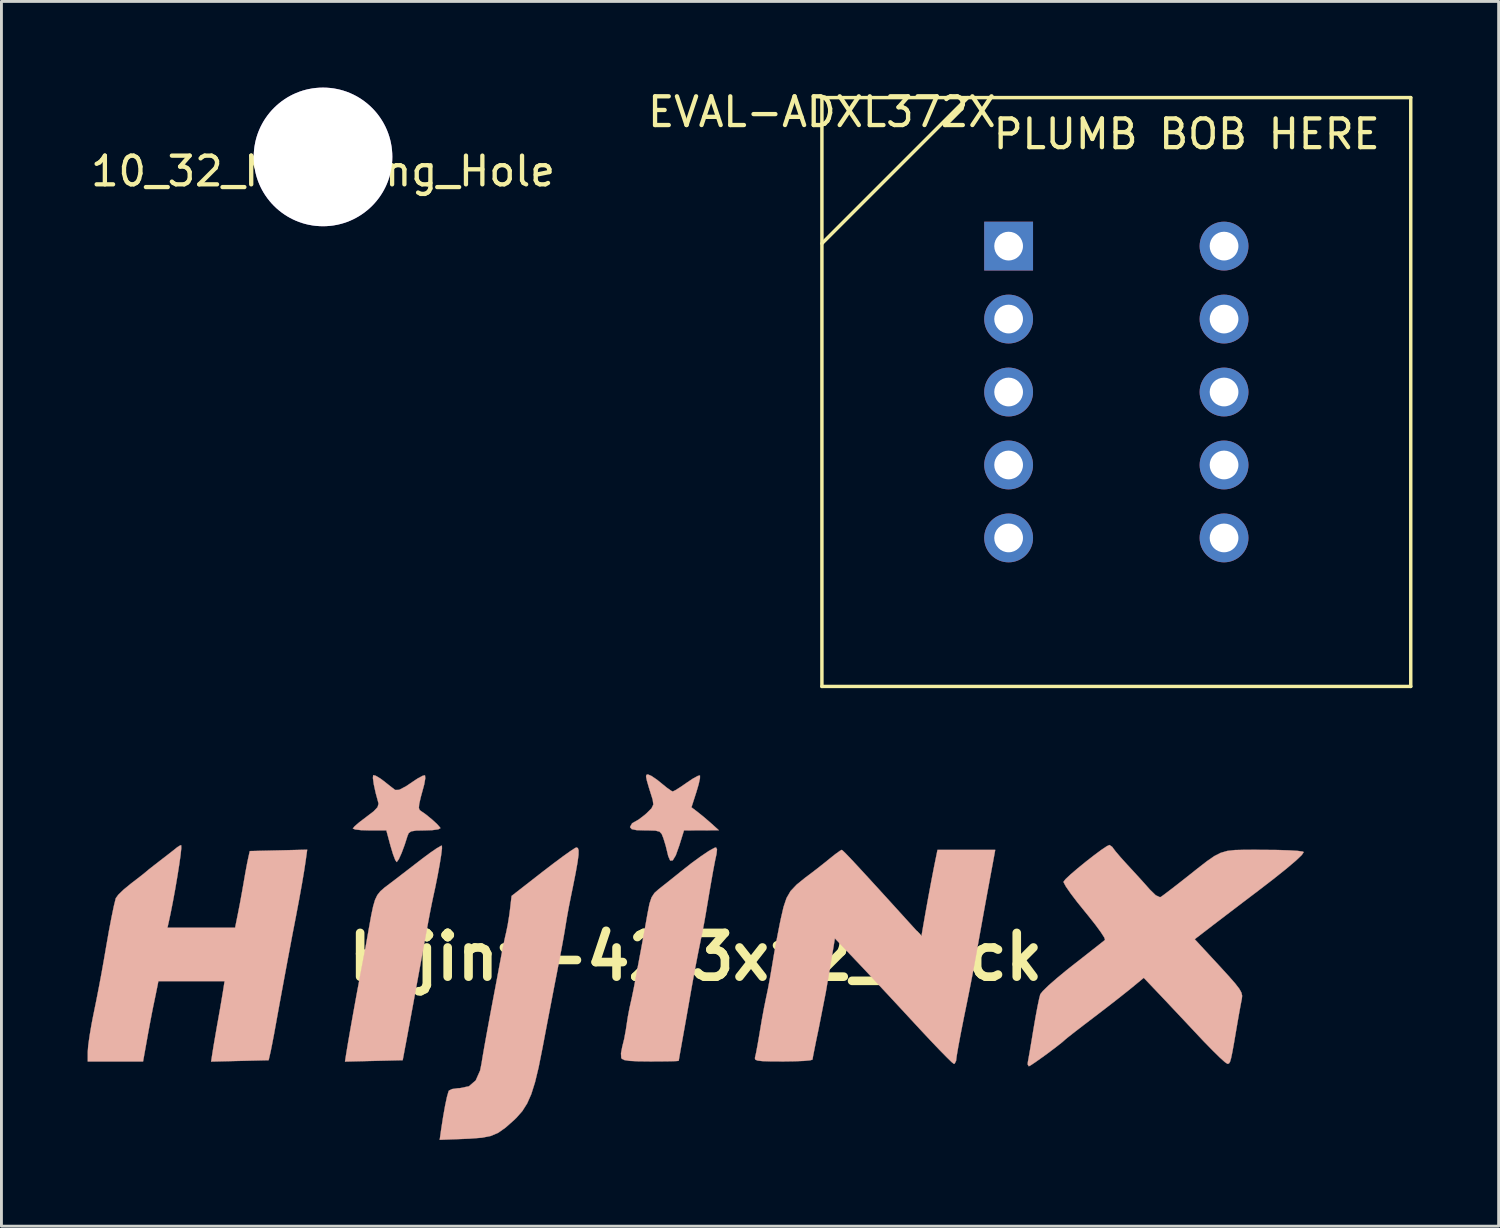
<source format=kicad_pcb>
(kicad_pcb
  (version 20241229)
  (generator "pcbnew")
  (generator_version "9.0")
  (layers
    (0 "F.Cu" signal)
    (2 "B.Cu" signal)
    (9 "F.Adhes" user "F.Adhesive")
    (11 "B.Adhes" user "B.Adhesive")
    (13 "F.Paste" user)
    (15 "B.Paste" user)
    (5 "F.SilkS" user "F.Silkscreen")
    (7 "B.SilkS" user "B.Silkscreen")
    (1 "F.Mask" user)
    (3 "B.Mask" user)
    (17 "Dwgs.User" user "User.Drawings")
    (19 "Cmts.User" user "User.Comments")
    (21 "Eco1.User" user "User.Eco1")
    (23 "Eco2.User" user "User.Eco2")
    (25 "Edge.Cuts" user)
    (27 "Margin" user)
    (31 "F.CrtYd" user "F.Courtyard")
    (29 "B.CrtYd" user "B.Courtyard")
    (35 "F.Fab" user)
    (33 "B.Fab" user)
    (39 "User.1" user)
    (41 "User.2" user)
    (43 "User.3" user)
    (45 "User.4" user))
  (footprint "10_32_Mounting_Hole"
    (layer "F.Cu")
    (at 8.196 2.413)
    (property "Reference" "10_32_Mounting_Hole" (at 0 0.5 0) (layer "F.SilkS") (effects (font (size 1 1) (thickness 0.15))))
    (attr through_hole)
    (pad "1" thru_hole circle (at 0 0) (size 4.826 4.826) (drill 4.826) (layers "*.Cu")))
  (footprint "Hijinx-42.3x12_Back"
    (layer "F.Cu")
    (at 21.172 30.263)
    (property "Reference" "Hijinx-42.3x12_Back" (at 0 0 0) (layer "F.SilkS") (effects (font (size 1.524 1.524) (thickness 0.3))))
    (attr through_hole)
    (fp_poly (pts (xy -8.835 -3.774) (xy -8.863 -3.545) (xy -8.915 -3.22) (xy -8.986 -2.831) (xy -9.07 -2.413) (xy -9.144 -2.074) (xy -9.191 -1.85) (xy -9.258 -1.51) (xy -9.334 -1.106) (xy -9.39 -0.804) (xy -9.492 -0.243) (xy -9.606 0.378) (xy -9.724 1.02) (xy -9.839 1.647) (xy -9.945 2.222) (xy -10.035 2.708) (xy -10.102 3.067) (xy -10.107 3.09) (xy -10.202 3.598) (xy -11.207 3.622) (xy -12.211 3.646) (xy -12.168 3.368) (xy -12.106 2.993) (xy -12.02 2.499) (xy -11.919 1.93) (xy -11.811 1.335) (xy -11.703 0.758) (xy -11.68 0.635) (xy -11.605 0.242) (xy -11.54 -0.102) (xy -11.492 -0.356) (xy -11.472 -0.466) (xy -11.373 -1.028) (xy -11.297 -1.45) (xy -11.231 -1.761) (xy -11.165 -1.985) (xy -11.086 -2.15) (xy -10.981 -2.283) (xy -10.838 -2.409) (xy -10.645 -2.555) (xy -10.442 -2.709) (xy -10.25 -2.857) (xy -9.972 -3.071) (xy -9.657 -3.314) (xy -9.523 -3.417) (xy -9.243 -3.625) (xy -9.016 -3.781) (xy -8.872 -3.864) (xy -8.838 -3.871) (xy -8.835 -3.774)) (stroke (width 0.01) (type solid)) (fill yes) (layer "B.SilkS"))
    (fp_poly (pts (xy -1.541 -6.298) (xy -1.347 -6.166) (xy -1.208 -6.054) (xy -1.004 -5.888) (xy -0.852 -5.781) (xy -0.801 -5.757) (xy -0.705 -5.803) (xy -0.517 -5.922) (xy -0.319 -6.059) (xy -0.092 -6.211) (xy 0.078 -6.302) (xy 0.148 -6.315) (xy 0.147 -6.217) (xy 0.101 -6.006) (xy 0.022 -5.738) (xy -0.149 -5.207) (xy 0.073 -5.038) (xy 0.291 -4.862) (xy 0.526 -4.659) (xy 0.55 -4.638) (xy 0.804 -4.408) (xy 0.198 -4.405) (xy -0.409 -4.403) (xy -0.572 -3.878) (xy -0.695 -3.534) (xy -0.801 -3.359) (xy -0.889 -3.351) (xy -0.959 -3.51) (xy -0.973 -3.573) (xy -1.045 -3.866) (xy -1.125 -4.128) (xy -1.184 -4.277) (xy -1.262 -4.36) (xy -1.404 -4.395) (xy -1.656 -4.403) (xy -1.753 -4.403) (xy -2.06 -4.412) (xy -2.227 -4.446) (xy -2.285 -4.511) (xy -2.286 -4.524) (xy -2.216 -4.65) (xy -2.138 -4.695) (xy -1.985 -4.782) (xy -1.781 -4.938) (xy -1.71 -5) (xy -1.539 -5.171) (xy -1.476 -5.304) (xy -1.497 -5.464) (xy -1.516 -5.527) (xy -1.632 -5.898) (xy -1.701 -6.136) (xy -1.729 -6.272) (xy -1.72 -6.333) (xy -1.679 -6.35) (xy -1.662 -6.35) (xy -1.541 -6.298)) (stroke (width 0.01) (type solid)) (fill yes) (layer "B.SilkS"))
    (fp_poly (pts (xy -11.141 -6.306) (xy -10.972 -6.204) (xy -10.872 -6.129) (xy -10.664 -5.965) (xy -10.502 -5.839) (xy -10.462 -5.81) (xy -10.327 -5.814) (xy -10.086 -5.939) (xy -9.918 -6.053) (xy -9.684 -6.209) (xy -9.506 -6.305) (xy -9.426 -6.321) (xy -9.416 -6.217) (xy -9.451 -6.012) (xy -9.478 -5.909) (xy -9.576 -5.549) (xy -9.628 -5.318) (xy -9.639 -5.184) (xy -9.612 -5.113) (xy -9.584 -5.09) (xy -9.391 -4.955) (xy -9.184 -4.786) (xy -9.006 -4.623) (xy -8.901 -4.505) (xy -8.89 -4.478) (xy -8.967 -4.439) (xy -9.169 -4.412) (xy -9.435 -4.403) (xy -9.733 -4.397) (xy -9.905 -4.37) (xy -9.992 -4.31) (xy -10.034 -4.212) (xy -10.135 -3.897) (xy -10.241 -3.613) (xy -10.337 -3.401) (xy -10.406 -3.304) (xy -10.413 -3.302) (xy -10.464 -3.377) (xy -10.539 -3.574) (xy -10.622 -3.85) (xy -10.623 -3.852) (xy -10.771 -4.403) (xy -11.355 -4.403) (xy -11.644 -4.411) (xy -11.853 -4.434) (xy -11.938 -4.467) (xy -11.938 -4.469) (xy -11.874 -4.548) (xy -11.707 -4.691) (xy -11.472 -4.869) (xy -11.47 -4.871) (xy -11.212 -5.068) (xy -11.078 -5.211) (xy -11.044 -5.328) (xy -11.053 -5.376) (xy -11.143 -5.707) (xy -11.208 -6.005) (xy -11.239 -6.226) (xy -11.229 -6.325) (xy -11.141 -6.306)) (stroke (width 0.01) (type solid)) (fill yes) (layer "B.SilkS"))
    (fp_poly (pts (xy 0.741 -3.74) (xy 0.722 -3.577) (xy 0.674 -3.355) (xy 0.603 -2.981) (xy 0.513 -2.471) (xy 0.406 -1.84) (xy 0.346 -1.482) (xy 0.292 -1.178) (xy 0.217 -0.794) (xy 0.141 -0.423) (xy 0.069 -0.066) (xy -0.019 0.391) (xy -0.109 0.877) (xy -0.164 1.185) (xy -0.248 1.667) (xy -0.338 2.178) (xy -0.421 2.643) (xy -0.463 2.879) (xy -0.521 3.205) (xy -0.566 3.459) (xy -0.59 3.602) (xy -0.593 3.619) (xy -0.672 3.628) (xy -0.887 3.635) (xy -1.204 3.639) (xy -1.569 3.641) (xy -2.008 3.636) (xy -2.304 3.621) (xy -2.484 3.593) (xy -2.574 3.547) (xy -2.593 3.517) (xy -2.602 3.356) (xy -2.559 3.131) (xy -2.555 3.115) (xy -2.491 2.857) (xy -2.432 2.537) (xy -2.414 2.413) (xy -2.365 2.092) (xy -2.307 1.786) (xy -2.286 1.693) (xy -2.228 1.434) (xy -2.16 1.105) (xy -2.127 0.931) (xy -2.067 0.61) (xy -1.992 0.208) (xy -1.917 -0.193) (xy -1.913 -0.212) (xy -1.833 -0.646) (xy -1.747 -1.121) (xy -1.677 -1.516) (xy -1.61 -1.853) (xy -1.537 -2.073) (xy -1.436 -2.226) (xy -1.283 -2.362) (xy -1.282 -2.362) (xy -1.067 -2.532) (xy -0.784 -2.757) (xy -0.52 -2.97) (xy -0.158 -3.255) (xy 0.176 -3.499) (xy 0.452 -3.685) (xy 0.644 -3.792) (xy 0.706 -3.81) (xy 0.741 -3.74)) (stroke (width 0.01) (type solid)) (fill yes) (layer "B.SilkS"))
    (fp_poly (pts (xy -4.103 -3.787) (xy -4.078 -3.707) (xy -4.081 -3.549) (xy -4.115 -3.293) (xy -4.181 -2.921) (xy -4.282 -2.413) (xy -4.343 -2.117) (xy -4.417 -1.744) (xy -4.484 -1.379) (xy -4.53 -1.101) (xy -4.566 -0.879) (xy -4.627 -0.533) (xy -4.706 -0.106) (xy -4.796 0.361) (xy -4.824 0.508) (xy -4.929 1.046) (xy -5.051 1.682) (xy -5.179 2.348) (xy -5.298 2.977) (xy -5.336 3.175) (xy -5.469 3.842) (xy -5.596 4.368) (xy -5.726 4.78) (xy -5.87 5.105) (xy -6.038 5.37) (xy -6.243 5.603) (xy -6.322 5.679) (xy -6.621 5.944) (xy -6.874 6.123) (xy -7.131 6.234) (xy -7.441 6.296) (xy -7.853 6.328) (xy -8.034 6.336) (xy -8.914 6.37) (xy -8.862 6) (xy -8.794 5.564) (xy -8.725 5.175) (xy -8.66 4.87) (xy -8.607 4.685) (xy -8.594 4.657) (xy -8.482 4.602) (xy -8.273 4.573) (xy -8.222 4.572) (xy -7.897 4.506) (xy -7.66 4.302) (xy -7.507 3.957) (xy -7.458 3.713) (xy -7.42 3.476) (xy -7.357 3.112) (xy -7.275 2.66) (xy -7.183 2.159) (xy -7.12 1.82) (xy -7.023 1.308) (xy -6.93 0.817) (xy -6.85 0.387) (xy -6.788 0.058) (xy -6.762 -0.085) (xy -6.698 -0.411) (xy -6.631 -0.72) (xy -6.601 -0.847) (xy -6.548 -1.103) (xy -6.494 -1.435) (xy -6.468 -1.632) (xy -6.411 -2.121) (xy -5.327 -2.966) (xy -4.956 -3.25) (xy -4.629 -3.494) (xy -4.369 -3.679) (xy -4.202 -3.788) (xy -4.154 -3.81) (xy -4.103 -3.787)) (stroke (width 0.01) (type solid)) (fill yes) (layer "B.SilkS"))
    (fp_poly (pts (xy -17.913 -3.882) (xy -17.911 -3.783) (xy -17.935 -3.549) (xy -17.982 -3.214) (xy -18.046 -2.809) (xy -18.121 -2.367) (xy -18.203 -1.92) (xy -18.286 -1.499) (xy -18.34 -1.249) (xy -18.392 -1.016) (xy -16.037 -1.016) (xy -15.939 -1.503) (xy -15.87 -1.856) (xy -15.794 -2.273) (xy -15.74 -2.582) (xy -15.681 -2.922) (xy -15.624 -3.23) (xy -15.583 -3.429) (xy -15.526 -3.683) (xy -14.526 -3.707) (xy -13.527 -3.731) (xy -13.583 -3.326) (xy -13.635 -2.985) (xy -13.713 -2.524) (xy -13.809 -1.992) (xy -13.914 -1.435) (xy -13.97 -1.143) (xy -14.034 -0.816) (xy -14.119 -0.364) (xy -14.22 0.174) (xy -14.328 0.755) (xy -14.436 1.34) (xy -14.536 1.887) (xy -14.608 2.286) (xy -14.677 2.667) (xy -14.743 3.012) (xy -14.794 3.268) (xy -14.811 3.344) (xy -14.869 3.598) (xy -16.872 3.646) (xy -16.823 3.326) (xy -16.786 3.095) (xy -16.728 2.758) (xy -16.662 2.375) (xy -16.638 2.244) (xy -16.57 1.86) (xy -16.509 1.502) (xy -16.463 1.228) (xy -16.453 1.164) (xy -16.403 0.847) (xy -18.708 0.847) (xy -18.754 1.079) (xy -18.801 1.311) (xy -18.862 1.604) (xy -18.881 1.693) (xy -18.933 1.953) (xy -19.002 2.315) (xy -19.076 2.716) (xy -19.101 2.857) (xy -19.241 3.641) (xy -21.167 3.641) (xy -21.167 3.308) (xy -21.15 3.083) (xy -21.103 2.746) (xy -21.036 2.351) (xy -20.988 2.102) (xy -20.866 1.502) (xy -20.769 1.004) (xy -20.683 0.543) (xy -20.597 0.057) (xy -20.529 -0.339) (xy -20.431 -0.899) (xy -20.338 -1.386) (xy -20.258 -1.771) (xy -20.196 -2.023) (xy -20.189 -2.045) (xy -20.102 -2.164) (xy -19.917 -2.343) (xy -19.672 -2.544) (xy -19.661 -2.553) (xy -19.417 -2.74) (xy -19.23 -2.886) (xy -19.137 -2.963) (xy -19.135 -2.965) (xy -19.051 -3.036) (xy -18.87 -3.178) (xy -18.633 -3.362) (xy -18.627 -3.367) (xy -18.375 -3.561) (xy -18.166 -3.724) (xy -18.05 -3.818) (xy -17.943 -3.884) (xy -17.913 -3.882)) (stroke (width 0.01) (type solid)) (fill yes) (layer "B.SilkS"))
    (fp_poly (pts (xy 10.385 -3.493) (xy 10.35 -3.302) (xy 10.294 -3.001) (xy 10.228 -2.646) (xy 10.209 -2.54) (xy 10.141 -2.175) (xy 10.055 -1.703) (xy 9.961 -1.182) (xy 9.869 -0.671) (xy 9.863 -0.635) (xy 9.765 -0.092) (xy 9.685 0.347) (xy 9.611 0.738) (xy 9.534 1.135) (xy 9.442 1.595) (xy 9.344 2.074) (xy 9.228 2.659) (xy 9.141 3.123) (xy 9.085 3.45) (xy 9.064 3.619) (xy 9.014 3.718) (xy 8.988 3.725) (xy 8.912 3.666) (xy 8.74 3.498) (xy 8.487 3.241) (xy 8.173 2.912) (xy 7.813 2.527) (xy 7.612 2.31) (xy 7.18 1.843) (xy 6.734 1.363) (xy 6.306 0.903) (xy 5.925 0.495) (xy 5.622 0.174) (xy 5.576 0.126) (xy 4.844 -0.644) (xy 4.796 -0.343) (xy 4.529 1.228) (xy 4.28 2.498) (xy 4.197 2.893) (xy 4.13 3.228) (xy 4.083 3.467) (xy 4.065 3.576) (xy 4.065 3.577) (xy 3.985 3.602) (xy 3.769 3.622) (xy 3.449 3.635) (xy 3.057 3.641) (xy 3.042 3.641) (xy 2.612 3.639) (xy 2.325 3.63) (xy 2.154 3.611) (xy 2.074 3.578) (xy 2.059 3.526) (xy 2.066 3.493) (xy 2.1 3.345) (xy 2.15 3.078) (xy 2.209 2.739) (xy 2.235 2.582) (xy 2.303 2.179) (xy 2.376 1.783) (xy 2.441 1.463) (xy 2.455 1.397) (xy 2.516 1.106) (xy 2.587 0.722) (xy 2.656 0.321) (xy 2.667 0.254) (xy 2.738 -0.169) (xy 2.831 -0.669) (xy 2.927 -1.159) (xy 2.959 -1.312) (xy 3.057 -1.738) (xy 3.161 -2.048) (xy 3.301 -2.29) (xy 3.509 -2.511) (xy 3.814 -2.759) (xy 3.975 -2.879) (xy 4.208 -3.057) (xy 4.491 -3.28) (xy 4.648 -3.408) (xy 4.862 -3.578) (xy 5.022 -3.693) (xy 5.082 -3.725) (xy 5.121 -3.697) (xy 5.216 -3.605) (xy 5.374 -3.441) (xy 5.603 -3.196) (xy 5.911 -2.862) (xy 6.306 -2.431) (xy 6.796 -1.893) (xy 7.39 -1.239) (xy 7.549 -1.064) (xy 7.859 -0.723) (xy 7.916 -1.06) (xy 8.001 -1.547) (xy 8.098 -2.085) (xy 8.196 -2.611) (xy 8.283 -3.064) (xy 8.318 -3.239) (xy 8.417 -3.725) (xy 10.427 -3.725) (xy 10.385 -3.493)) (stroke (width 0.01) (type solid)) (fill yes) (layer "B.SilkS"))
    (fp_poly (pts (xy 14.498 -3.831) (xy 14.537 -3.777) (xy 14.625 -3.662) (xy 14.795 -3.463) (xy 15.016 -3.218) (xy 15.071 -3.159) (xy 15.337 -2.87) (xy 15.599 -2.582) (xy 15.802 -2.353) (xy 15.813 -2.341) (xy 16.014 -2.145) (xy 16.16 -2.078) (xy 16.194 -2.087) (xy 16.299 -2.163) (xy 16.506 -2.32) (xy 16.783 -2.534) (xy 17.06 -2.751) (xy 17.482 -3.086) (xy 17.802 -3.334) (xy 18.055 -3.509) (xy 18.278 -3.622) (xy 18.505 -3.688) (xy 18.772 -3.719) (xy 19.115 -3.727) (xy 19.57 -3.726) (xy 19.762 -3.725) (xy 20.25 -3.721) (xy 20.658 -3.708) (xy 20.961 -3.689) (xy 21.135 -3.665) (xy 21.167 -3.647) (xy 21.098 -3.544) (xy 20.894 -3.35) (xy 20.561 -3.068) (xy 20.104 -2.703) (xy 19.527 -2.259) (xy 19.444 -2.197) (xy 19.043 -1.893) (xy 18.616 -1.568) (xy 18.223 -1.268) (xy 17.991 -1.091) (xy 17.372 -0.615) (xy 18.219 0.3) (xy 18.548 0.66) (xy 18.777 0.921) (xy 18.922 1.108) (xy 18.998 1.245) (xy 19.023 1.356) (xy 19.012 1.465) (xy 19.009 1.476) (xy 18.97 1.677) (xy 18.913 1.99) (xy 18.849 2.357) (xy 18.825 2.498) (xy 18.744 2.973) (xy 18.684 3.307) (xy 18.639 3.524) (xy 18.603 3.649) (xy 18.568 3.707) (xy 18.528 3.724) (xy 18.511 3.724) (xy 18.423 3.665) (xy 18.242 3.502) (xy 17.993 3.257) (xy 17.695 2.952) (xy 17.526 2.773) (xy 17.163 2.386) (xy 16.791 1.99) (xy 16.448 1.625) (xy 16.172 1.333) (xy 16.117 1.276) (xy 15.598 0.73) (xy 15.186 1.07) (xy 14.959 1.252) (xy 14.639 1.505) (xy 14.265 1.795) (xy 13.879 2.091) (xy 13.843 2.118) (xy 13.501 2.379) (xy 13.21 2.603) (xy 12.994 2.772) (xy 12.88 2.864) (xy 12.869 2.874) (xy 12.764 2.967) (xy 12.57 3.12) (xy 12.325 3.306) (xy 12.067 3.495) (xy 11.833 3.661) (xy 11.663 3.775) (xy 11.596 3.81) (xy 11.556 3.743) (xy 11.563 3.662) (xy 11.588 3.523) (xy 11.635 3.256) (xy 11.695 2.899) (xy 11.761 2.498) (xy 11.832 2.086) (xy 11.9 1.722) (xy 11.958 1.446) (xy 11.996 1.301) (xy 12.085 1.189) (xy 12.283 0.996) (xy 12.567 0.747) (xy 12.912 0.462) (xy 13.123 0.295) (xy 13.489 0.009) (xy 13.808 -0.242) (xy 14.058 -0.438) (xy 14.213 -0.561) (xy 14.249 -0.592) (xy 14.223 -0.675) (xy 14.103 -0.861) (xy 13.908 -1.127) (xy 13.655 -1.446) (xy 13.55 -1.575) (xy 13.275 -1.915) (xy 13.047 -2.216) (xy 12.885 -2.451) (xy 12.808 -2.594) (xy 12.805 -2.617) (xy 12.876 -2.707) (xy 13.051 -2.871) (xy 13.296 -3.081) (xy 13.578 -3.311) (xy 13.863 -3.533) (xy 14.119 -3.723) (xy 14.311 -3.852) (xy 14.403 -3.895) (xy 14.498 -3.831)) (stroke (width 0.01) (type solid)) (fill yes) (layer "B.SilkS")))
  (footprint "EVAL-ADXL372X"
    (layer "F.Cu")
    (at 25.565 0.348)
    (property "Reference" "EVAL-ADXL372X" (at 0 0.5 0) (layer "F.SilkS") (effects (font (size 1 1) (thickness 0.15))))
    (attr through_hole)
    (fp_line (start 0 0) (end 0 20.5) (stroke (width 0.12) (type solid)) (layer "F.SilkS"))
    (fp_line (start 0 0) (end 20.5 0) (stroke (width 0.12) (type solid)) (layer "F.SilkS"))
    (fp_line (start 0 5.08) (end 5.08 0) (stroke (width 0.12) (type solid)) (layer "F.SilkS"))
    (fp_line (start 20.5 0) (end 20.5 20.5) (stroke (width 0.12) (type solid)) (layer "F.SilkS"))
    (fp_line (start 20.5 20.5) (end 0 20.5) (stroke (width 0.12) (type solid)) (layer "F.SilkS"))
    (fp_text user "PLUMB BOB HERE" (at 12.7 1.27 0) (layer "F.SilkS") (effects (font (size 1 1) (thickness 0.15))))
    (pad "1" thru_hole rect (at 6.5 5.17) (size 1.7 1.7) (drill 1) (layers "*.Cu" "*.Mask"))
    (pad "2" thru_hole circle (at 6.5 7.71) (size 1.7 1.7) (drill 1) (layers "*.Cu" "*.Mask"))
    (pad "3" thru_hole circle (at 6.5 10.25) (size 1.7 1.7) (drill 1) (layers "*.Cu" "*.Mask"))
    (pad "4" thru_hole circle (at 6.5 12.79) (size 1.7 1.7) (drill 1) (layers "*.Cu" "*.Mask"))
    (pad "5" thru_hole circle (at 6.5 15.33) (size 1.7 1.7) (drill 1) (layers "*.Cu" "*.Mask"))
    (pad "6" thru_hole circle (at 14 15.33) (size 1.7 1.7) (drill 1) (layers "*.Cu" "*.Mask"))
    (pad "7" thru_hole circle (at 14 12.79) (size 1.7 1.7) (drill 1) (layers "*.Cu" "*.Mask"))
    (pad "8" thru_hole circle (at 14 10.25) (size 1.7 1.7) (drill 1) (layers "*.Cu" "*.Mask"))
    (pad "9" thru_hole circle (at 14 7.71) (size 1.7 1.7) (drill 1) (layers "*.Cu" "*.Mask"))
    (pad "10" thru_hole circle (at 14 5.17) (size 1.7 1.7) (drill 1) (layers "*.Cu" "*.Mask")))
  (gr_rect
    (start -3 -3)
    (end 49.125 39.638)
    (stroke (width 0.1) (type default))
    (fill no)
    (layer "Edge.Cuts")))
</source>
